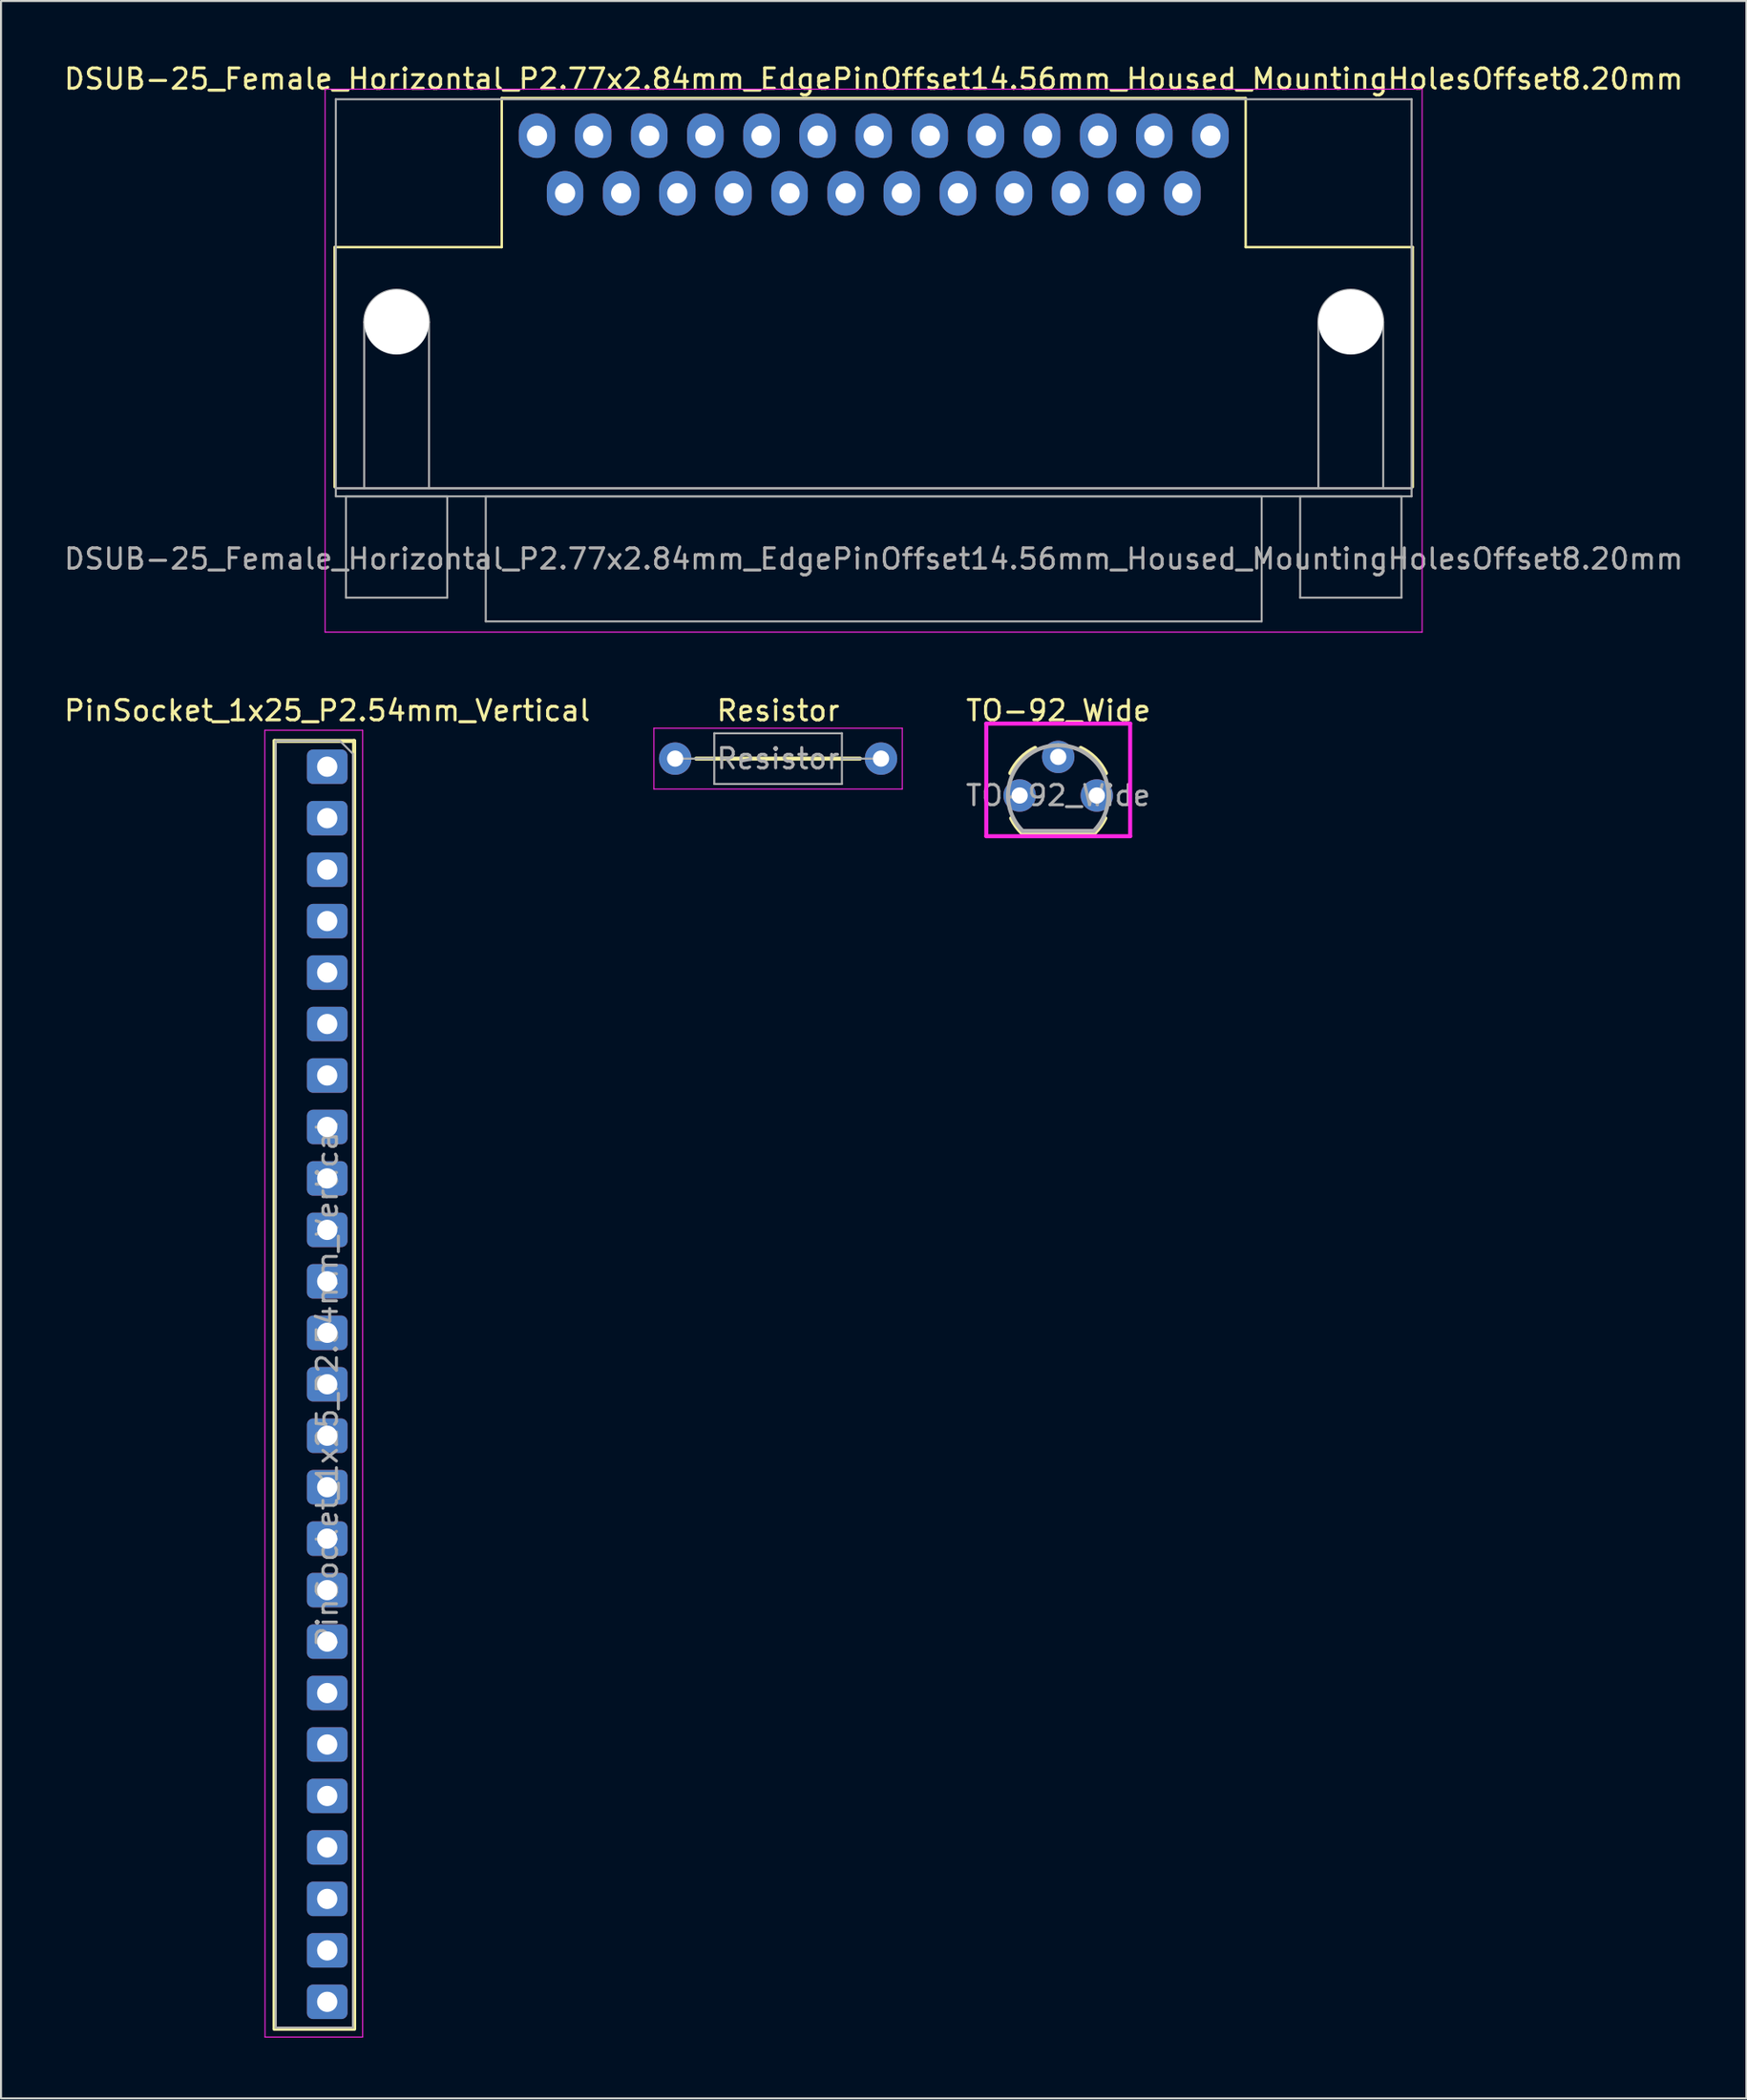
<source format=kicad_pcb>
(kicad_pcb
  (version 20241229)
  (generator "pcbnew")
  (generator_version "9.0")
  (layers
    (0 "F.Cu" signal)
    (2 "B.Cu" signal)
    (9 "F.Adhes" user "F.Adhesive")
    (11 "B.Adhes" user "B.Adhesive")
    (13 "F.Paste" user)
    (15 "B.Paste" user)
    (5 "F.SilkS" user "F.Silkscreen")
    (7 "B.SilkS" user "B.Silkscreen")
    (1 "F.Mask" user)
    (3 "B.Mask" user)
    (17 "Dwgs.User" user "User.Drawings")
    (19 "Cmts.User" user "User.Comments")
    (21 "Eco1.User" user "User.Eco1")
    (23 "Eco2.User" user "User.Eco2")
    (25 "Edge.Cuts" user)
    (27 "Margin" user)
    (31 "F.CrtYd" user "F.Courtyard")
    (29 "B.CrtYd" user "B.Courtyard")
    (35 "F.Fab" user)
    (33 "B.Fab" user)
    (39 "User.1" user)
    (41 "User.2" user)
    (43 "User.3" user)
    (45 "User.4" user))
  (footprint "DSUB-25_Female_Horizontal_P2.77x2.84mm_EdgePinOffset14.56mm_Housed_MountingHolesOffset8.20mm"
    (layer "F.Cu")
    (at 56.697 3.648)
    (property "Reference" "DSUB-25_Female_Horizontal_P2.77x2.84mm_EdgePinOffset14.56mm_Housed_MountingHolesOffset8.20mm" (at -16.62 -2.8 0) (layer "F.SilkS") (effects (font (size 1 1) (thickness 0.15))))
    (attr through_hole)
    (fp_line (start -43.23 5.5) (end -34.98 5.5) (stroke (width 0.12) (type solid)) (layer "F.SilkS"))
    (fp_line (start -43.23 17.34) (end -43.23 5.5) (stroke (width 0.12) (type solid)) (layer "F.SilkS"))
    (fp_line (start -34.98 -1.86) (end 1.74 -1.86) (stroke (width 0.12) (type solid)) (layer "F.SilkS"))
    (fp_line (start -34.98 5.5) (end -34.98 -1.86) (stroke (width 0.12) (type solid)) (layer "F.SilkS"))
    (fp_line (start 1.74 -1.86) (end 1.74 5.5) (stroke (width 0.12) (type solid)) (layer "F.SilkS"))
    (fp_line (start 1.74 5.5) (end 9.99 5.5) (stroke (width 0.12) (type solid)) (layer "F.SilkS"))
    (fp_line (start 9.99 5.5) (end 9.99 17.34) (stroke (width 0.12) (type solid)) (layer "F.SilkS"))
    (fp_line (start -43.7 -2.3) (end -43.7 24.5) (stroke (width 0.05) (type solid)) (layer "F.CrtYd"))
    (fp_line (start -43.7 24.5) (end 10.45 24.5) (stroke (width 0.05) (type solid)) (layer "F.CrtYd"))
    (fp_line (start 10.45 -2.3) (end -43.7 -2.3) (stroke (width 0.05) (type solid)) (layer "F.CrtYd"))
    (fp_line (start 10.45 24.5) (end 10.45 -2.3) (stroke (width 0.05) (type solid)) (layer "F.CrtYd"))
    (fp_line (start -43.17 -1.8) (end -43.17 17.4) (stroke (width 0.1) (type solid)) (layer "F.Fab"))
    (fp_line (start -43.17 17.4) (end -43.17 17.8) (stroke (width 0.1) (type solid)) (layer "F.Fab"))
    (fp_line (start -43.17 17.4) (end 9.93 17.4) (stroke (width 0.1) (type solid)) (layer "F.Fab"))
    (fp_line (start -43.17 17.8) (end 9.93 17.8) (stroke (width 0.1) (type solid)) (layer "F.Fab"))
    (fp_line (start -42.67 17.8) (end -42.67 22.8) (stroke (width 0.1) (type solid)) (layer "F.Fab"))
    (fp_line (start -42.67 22.8) (end -37.67 22.8) (stroke (width 0.1) (type solid)) (layer "F.Fab"))
    (fp_line (start -41.77 17.4) (end -41.77 9.2) (stroke (width 0.1) (type solid)) (layer "F.Fab"))
    (fp_line (start -38.57 17.4) (end -38.57 9.2) (stroke (width 0.1) (type solid)) (layer "F.Fab"))
    (fp_line (start -37.67 17.8) (end -42.67 17.8) (stroke (width 0.1) (type solid)) (layer "F.Fab"))
    (fp_line (start -37.67 22.8) (end -37.67 17.8) (stroke (width 0.1) (type solid)) (layer "F.Fab"))
    (fp_line (start -35.77 17.8) (end -35.77 23.97) (stroke (width 0.1) (type solid)) (layer "F.Fab"))
    (fp_line (start -35.77 23.97) (end 2.53 23.97) (stroke (width 0.1) (type solid)) (layer "F.Fab"))
    (fp_line (start 2.53 17.8) (end -35.77 17.8) (stroke (width 0.1) (type solid)) (layer "F.Fab"))
    (fp_line (start 2.53 23.97) (end 2.53 17.8) (stroke (width 0.1) (type solid)) (layer "F.Fab"))
    (fp_line (start 4.43 17.8) (end 4.43 22.8) (stroke (width 0.1) (type solid)) (layer "F.Fab"))
    (fp_line (start 4.43 22.8) (end 9.43 22.8) (stroke (width 0.1) (type solid)) (layer "F.Fab"))
    (fp_line (start 5.33 17.4) (end 5.33 9.2) (stroke (width 0.1) (type solid)) (layer "F.Fab"))
    (fp_line (start 8.53 17.4) (end 8.53 9.2) (stroke (width 0.1) (type solid)) (layer "F.Fab"))
    (fp_line (start 9.43 17.8) (end 4.43 17.8) (stroke (width 0.1) (type solid)) (layer "F.Fab"))
    (fp_line (start 9.43 22.8) (end 9.43 17.8) (stroke (width 0.1) (type solid)) (layer "F.Fab"))
    (fp_line (start 9.93 -1.8) (end -43.17 -1.8) (stroke (width 0.1) (type solid)) (layer "F.Fab"))
    (fp_line (start 9.93 17.4) (end -43.17 17.4) (stroke (width 0.1) (type solid)) (layer "F.Fab"))
    (fp_line (start 9.93 17.4) (end 9.93 -1.8) (stroke (width 0.1) (type solid)) (layer "F.Fab"))
    (fp_line (start 9.93 17.8) (end 9.93 17.4) (stroke (width 0.1) (type solid)) (layer "F.Fab"))
    (fp_arc (start -41.77 9.2) (mid -40.17 7.6) (end -38.57 9.2) (stroke (width 0.1) (type solid)) (layer "F.Fab"))
    (fp_arc (start 5.33 9.2) (mid 6.93 7.6) (end 8.53 9.2) (stroke (width 0.1) (type solid)) (layer "F.Fab"))
    (fp_text user "${REFERENCE}" (at -16.62 20.885 0) (layer "F.Fab") (effects (font (size 1 1) (thickness 0.15))))
    (pad "" np_thru_hole circle (at -40.17 9.2) (size 3.2 3.2) (drill 3.2) (layers "*.Cu" "*.Mask"))
    (pad "" np_thru_hole circle (at 6.93 9.2) (size 3.2 3.2) (drill 3.2) (layers "*.Cu" "*.Mask"))
    (pad "1" thru_hole oval (at 0 0) (size 1.8 2.2) (drill 1) (layers "*.Cu" "*.Mask"))
    (pad "2" thru_hole oval (at -2.77 0) (size 1.8 2.2) (drill 1) (layers "*.Cu" "*.Mask"))
    (pad "3" thru_hole oval (at -5.54 0) (size 1.8 2.2) (drill 1) (layers "*.Cu" "*.Mask"))
    (pad "4" thru_hole oval (at -8.31 0) (size 1.8 2.2) (drill 1) (layers "*.Cu" "*.Mask"))
    (pad "5" thru_hole oval (at -11.08 0) (size 1.8 2.2) (drill 1) (layers "*.Cu" "*.Mask"))
    (pad "6" thru_hole oval (at -13.85 0) (size 1.8 2.2) (drill 1) (layers "*.Cu" "*.Mask"))
    (pad "7" thru_hole oval (at -16.62 0) (size 1.8 2.2) (drill 1) (layers "*.Cu" "*.Mask"))
    (pad "8" thru_hole oval (at -19.39 0) (size 1.8 2.2) (drill 1) (layers "*.Cu" "*.Mask"))
    (pad "9" thru_hole oval (at -22.16 0) (size 1.8 2.2) (drill 1) (layers "*.Cu" "*.Mask"))
    (pad "10" thru_hole oval (at -24.93 0) (size 1.8 2.2) (drill 1) (layers "*.Cu" "*.Mask"))
    (pad "11" thru_hole oval (at -27.7 0) (size 1.8 2.2) (drill 1) (layers "*.Cu" "*.Mask"))
    (pad "12" thru_hole oval (at -30.47 0) (size 1.8 2.2) (drill 1) (layers "*.Cu" "*.Mask"))
    (pad "13" thru_hole oval (at -33.24 0) (size 1.8 2.2) (drill 1) (layers "*.Cu" "*.Mask"))
    (pad "14" thru_hole oval (at -1.385 2.84) (size 1.8 2.2) (drill 1) (layers "*.Cu" "*.Mask"))
    (pad "15" thru_hole oval (at -4.155 2.84) (size 1.8 2.2) (drill 1) (layers "*.Cu" "*.Mask"))
    (pad "16" thru_hole oval (at -6.925 2.84) (size 1.8 2.2) (drill 1) (layers "*.Cu" "*.Mask"))
    (pad "17" thru_hole oval (at -9.695 2.84) (size 1.8 2.2) (drill 1) (layers "*.Cu" "*.Mask"))
    (pad "18" thru_hole oval (at -12.465 2.84) (size 1.8 2.2) (drill 1) (layers "*.Cu" "*.Mask"))
    (pad "19" thru_hole oval (at -15.235 2.84) (size 1.8 2.2) (drill 1) (layers "*.Cu" "*.Mask"))
    (pad "20" thru_hole oval (at -18.005 2.84) (size 1.8 2.2) (drill 1) (layers "*.Cu" "*.Mask"))
    (pad "21" thru_hole oval (at -20.775 2.84) (size 1.8 2.2) (drill 1) (layers "*.Cu" "*.Mask"))
    (pad "22" thru_hole oval (at -23.545 2.84) (size 1.8 2.2) (drill 1) (layers "*.Cu" "*.Mask"))
    (pad "23" thru_hole oval (at -26.315 2.84) (size 1.8 2.2) (drill 1) (layers "*.Cu" "*.Mask"))
    (pad "24" thru_hole oval (at -29.085 2.84) (size 1.8 2.2) (drill 1) (layers "*.Cu" "*.Mask"))
    (pad "25" thru_hole oval (at -31.855 2.84) (size 1.8 2.2) (drill 1) (layers "*.Cu" "*.Mask")))
  (footprint "TO-92_Wide"
    (layer "F.Cu")
    (at 47.28 36.212)
    (property "Reference" "TO-92_Wide" (at 1.915 -4.19 0) (layer "F.SilkS") (effects (font (size 1 1) (thickness 0.15))))
    (attr through_hole)
    (fp_line (start 0.105 1.85) (end 3.705 1.85) (stroke (width 0.2) (type solid)) (layer "F.SilkS"))
    (fp_arc (start -0.462199 -1.103842) (mid 0.043995 -1.832692) (end 0.765 -2.35) (stroke (width 0.2) (type solid)) (layer "F.SilkS"))
    (fp_arc (start 0.105 1.85) (mid -0.188903 1.509328) (end -0.419184 1.122795) (stroke (width 0.2) (type solid)) (layer "F.SilkS"))
    (fp_arc (start 3.015 -2.35) (mid 3.747279 -1.833196) (end 4.260458 -1.098371) (stroke (width 0.2) (type solid)) (layer "F.SilkS"))
    (fp_arc (start 4.229184 1.122795) (mid 3.998903 1.509328) (end 3.705 1.85) (stroke (width 0.2) (type solid)) (layer "F.SilkS"))
    (fp_line (start -1.645 -3.55) (end -1.645 2.01) (stroke (width 0.2) (type solid)) (layer "F.CrtYd"))
    (fp_line (start -1.645 -3.55) (end 5.455 -3.55) (stroke (width 0.2) (type solid)) (layer "F.CrtYd"))
    (fp_line (start 5.455 2.01) (end -1.645 2.01) (stroke (width 0.2) (type solid)) (layer "F.CrtYd"))
    (fp_line (start 5.455 2.01) (end 5.455 -3.55) (stroke (width 0.2) (type solid)) (layer "F.CrtYd"))
    (fp_line (start 0.165 1.75) (end 3.665 1.75) (stroke (width 0.2) (type solid)) (layer "F.Fab"))
    (fp_arc (start 0.151375 1.753625) (mid -0.386221 -0.949055) (end 1.905 -2.48) (stroke (width 0.2) (type solid)) (layer "F.Fab"))
    (fp_arc (start 1.905 -2.48) (mid 4.196221 -0.949055) (end 3.658625 1.753625) (stroke (width 0.2) (type solid)) (layer "F.Fab"))
    (fp_text user "${REFERENCE}" (at 1.905 0 0) (layer "F.Fab") (effects (font (size 1 1) (thickness 0.15))))
    (pad "1" thru_hole circle (at 0 0) (size 1.6 1.6) (drill 0.8) (layers "*.Cu" "*.Mask"))
    (pad "2" thru_hole circle (at 1.905 -1.905) (size 1.6 1.6) (drill 0.8) (layers "*.Cu" "*.Mask"))
    (pad "3" thru_hole circle (at 3.81 0) (size 1.6 1.6) (drill 0.8) (layers "*.Cu" "*.Mask")))
  (footprint "Resistor"
    (layer "F.Cu")
    (at 30.277 34.392)
    (property "Reference" "Resistor" (at 5.08 -2.37 0) (layer "F.SilkS") (effects (font (size 1 1) (thickness 0.15))))
    (attr through_hole)
    (fp_line (start 1.04 0) (end 1.81 0) (stroke (width 0.12) (type solid)) (layer "F.SilkS"))
    (fp_line (start 1.04 0) (end 9.12 0) (stroke (width 0.2) (type solid)) (layer "F.SilkS"))
    (fp_line (start 9.12 0) (end 8.35 0) (stroke (width 0.12) (type solid)) (layer "F.SilkS"))
    (fp_line (start -1.05 -1.5) (end -1.05 1.5) (stroke (width 0.05) (type solid)) (layer "F.CrtYd"))
    (fp_line (start -1.05 1.5) (end 11.21 1.5) (stroke (width 0.05) (type solid)) (layer "F.CrtYd"))
    (fp_line (start 11.21 -1.5) (end -1.05 -1.5) (stroke (width 0.05) (type solid)) (layer "F.CrtYd"))
    (fp_line (start 11.21 1.5) (end 11.21 -1.5) (stroke (width 0.05) (type solid)) (layer "F.CrtYd"))
    (fp_line (start 0 0) (end 1.93 0) (stroke (width 0.1) (type solid)) (layer "F.Fab"))
    (fp_line (start 1.93 -1.25) (end 1.93 1.25) (stroke (width 0.1) (type solid)) (layer "F.Fab"))
    (fp_line (start 1.93 1.25) (end 8.23 1.25) (stroke (width 0.1) (type solid)) (layer "F.Fab"))
    (fp_line (start 8.23 -1.25) (end 1.93 -1.25) (stroke (width 0.1) (type solid)) (layer "F.Fab"))
    (fp_line (start 8.23 1.25) (end 8.23 -1.25) (stroke (width 0.1) (type solid)) (layer "F.Fab"))
    (fp_line (start 10.16 0) (end 8.23 0) (stroke (width 0.1) (type solid)) (layer "F.Fab"))
    (fp_text user "${REFERENCE}" (at 5.08 0 0) (layer "F.Fab") (effects (font (size 1 1) (thickness 0.15))))
    (pad "1" thru_hole circle (at 0 0) (size 1.6 1.6) (drill 0.8) (layers "*.Cu" "*.Mask"))
    (pad "2" thru_hole oval (at 10.16 0) (size 1.6 1.6) (drill 0.8) (layers "*.Cu" "*.Mask")))
  (footprint "PinSocket_1x25_P2.54mm_Vertical"
    (layer "F.Cu")
    (at 13.101 34.791)
    (property "Reference" "PinSocket_1x25_P2.54mm_Vertical" (at 0 -2.77 0) (layer "F.SilkS") (effects (font (size 1 1) (thickness 0.15))))
    (attr through_hole)
    (fp_line (start -2.6 -1.27) (end -2.6 62.29) (stroke (width 0.2) (type solid)) (layer "F.SilkS"))
    (fp_line (start -2.6 -1.27) (end 1.33 -1.27) (stroke (width 0.2) (type solid)) (layer "F.SilkS"))
    (fp_line (start -2.6 62.29) (end 1.33 62.29) (stroke (width 0.2) (type solid)) (layer "F.SilkS"))
    (fp_line (start 1.33 -1.27) (end 1.33 62.29) (stroke (width 0.2) (type solid)) (layer "F.SilkS"))
    (fp_line (start -3.07 -1.8) (end 1.75 -1.8) (stroke (width 0.05) (type solid)) (layer "F.CrtYd"))
    (fp_line (start -3.07 62.7) (end -3.08 -1.8) (stroke (width 0.05) (type solid)) (layer "F.CrtYd"))
    (fp_line (start 1.75 -1.8) (end 1.75 62.7) (stroke (width 0.05) (type solid)) (layer "F.CrtYd"))
    (fp_line (start 1.75 62.7) (end -3.07 62.7) (stroke (width 0.05) (type solid)) (layer "F.CrtYd"))
    (fp_line (start -2.54 -1.27) (end 0.635 -1.27) (stroke (width 0.1) (type solid)) (layer "F.Fab"))
    (fp_line (start -2.54 62.23) (end -2.54 -1.27) (stroke (width 0.1) (type solid)) (layer "F.Fab"))
    (fp_line (start 0.635 -1.27) (end 1.27 -0.635) (stroke (width 0.1) (type solid)) (layer "F.Fab"))
    (fp_line (start 1.27 -0.635) (end 1.27 62.23) (stroke (width 0.1) (type solid)) (layer "F.Fab"))
    (fp_line (start 1.27 62.23) (end -2.54 62.23) (stroke (width 0.1) (type solid)) (layer "F.Fab"))
    (fp_text user "${REFERENCE}" (at 0 30.48 90) (layer "F.Fab") (effects (font (size 1 1) (thickness 0.15))))
    (pad "1" thru_hole roundrect (at 0 0) (size 2 1.7) (drill 1) (layers "*.Cu" "*.Mask") (roundrect_rratio 0.176))
    (pad "2" thru_hole roundrect (at 0 2.54) (size 2 1.7) (drill 1) (layers "*.Cu" "*.Mask") (roundrect_rratio 0.176))
    (pad "3" thru_hole roundrect (at 0 5.08) (size 2 1.7) (drill 1) (layers "*.Cu" "*.Mask") (roundrect_rratio 0.176))
    (pad "4" thru_hole roundrect (at 0 7.62) (size 2 1.7) (drill 1) (layers "*.Cu" "*.Mask") (roundrect_rratio 0.176))
    (pad "5" thru_hole roundrect (at 0 10.16) (size 2 1.7) (drill 1) (layers "*.Cu" "*.Mask") (roundrect_rratio 0.176))
    (pad "6" thru_hole roundrect (at 0 12.7) (size 2 1.7) (drill 1) (layers "*.Cu" "*.Mask") (roundrect_rratio 0.176))
    (pad "7" thru_hole roundrect (at 0 15.24) (size 2 1.7) (drill 1) (layers "*.Cu" "*.Mask") (roundrect_rratio 0.176))
    (pad "8" thru_hole roundrect (at 0 17.78) (size 2 1.7) (drill 1) (layers "*.Cu" "*.Mask") (roundrect_rratio 0.176))
    (pad "9" thru_hole roundrect (at 0 20.32) (size 2 1.7) (drill 1) (layers "*.Cu" "*.Mask") (roundrect_rratio 0.176))
    (pad "10" thru_hole roundrect (at 0 22.86) (size 2 1.7) (drill 1) (layers "*.Cu" "*.Mask") (roundrect_rratio 0.176))
    (pad "11" thru_hole roundrect (at 0 25.4) (size 2 1.7) (drill 1) (layers "*.Cu" "*.Mask") (roundrect_rratio 0.176))
    (pad "12" thru_hole roundrect (at 0 27.94) (size 2 1.7) (drill 1) (layers "*.Cu" "*.Mask") (roundrect_rratio 0.176))
    (pad "13" thru_hole roundrect (at 0 30.48) (size 2 1.7) (drill 1) (layers "*.Cu" "*.Mask") (roundrect_rratio 0.176))
    (pad "14" thru_hole roundrect (at 0 33.02) (size 2 1.7) (drill 1) (layers "*.Cu" "*.Mask") (roundrect_rratio 0.176))
    (pad "15" thru_hole roundrect (at 0 35.56) (size 2 1.7) (drill 1) (layers "*.Cu" "*.Mask") (roundrect_rratio 0.176))
    (pad "16" thru_hole roundrect (at 0 38.1) (size 2 1.7) (drill 1) (layers "*.Cu" "*.Mask") (roundrect_rratio 0.176))
    (pad "17" thru_hole roundrect (at 0 40.64) (size 2 1.7) (drill 1) (layers "*.Cu" "*.Mask") (roundrect_rratio 0.176))
    (pad "18" thru_hole roundrect (at 0 43.18) (size 2 1.7) (drill 1) (layers "*.Cu" "*.Mask") (roundrect_rratio 0.176))
    (pad "19" thru_hole roundrect (at 0 45.72) (size 2 1.7) (drill 1) (layers "*.Cu" "*.Mask") (roundrect_rratio 0.176))
    (pad "20" thru_hole roundrect (at 0 48.26) (size 2 1.7) (drill 1) (layers "*.Cu" "*.Mask") (roundrect_rratio 0.176))
    (pad "21" thru_hole roundrect (at 0 50.8) (size 2 1.7) (drill 1) (layers "*.Cu" "*.Mask") (roundrect_rratio 0.176))
    (pad "22" thru_hole roundrect (at 0 53.34) (size 2 1.7) (drill 1) (layers "*.Cu" "*.Mask") (roundrect_rratio 0.176))
    (pad "23" thru_hole roundrect (at 0 55.88) (size 2 1.7) (drill 1) (layers "*.Cu" "*.Mask") (roundrect_rratio 0.176))
    (pad "24" thru_hole roundrect (at 0 58.42) (size 2 1.7) (drill 1) (layers "*.Cu" "*.Mask") (roundrect_rratio 0.176))
    (pad "25" thru_hole roundrect (at 0 60.96) (size 2 1.7) (drill 1) (layers "*.Cu" "*.Mask") (roundrect_rratio 0.176)))
  (gr_rect
    (start -3 -3)
    (end 83.155 100.516)
    (stroke (width 0.1) (type default))
    (fill no)
    (layer "Edge.Cuts")))
</source>
